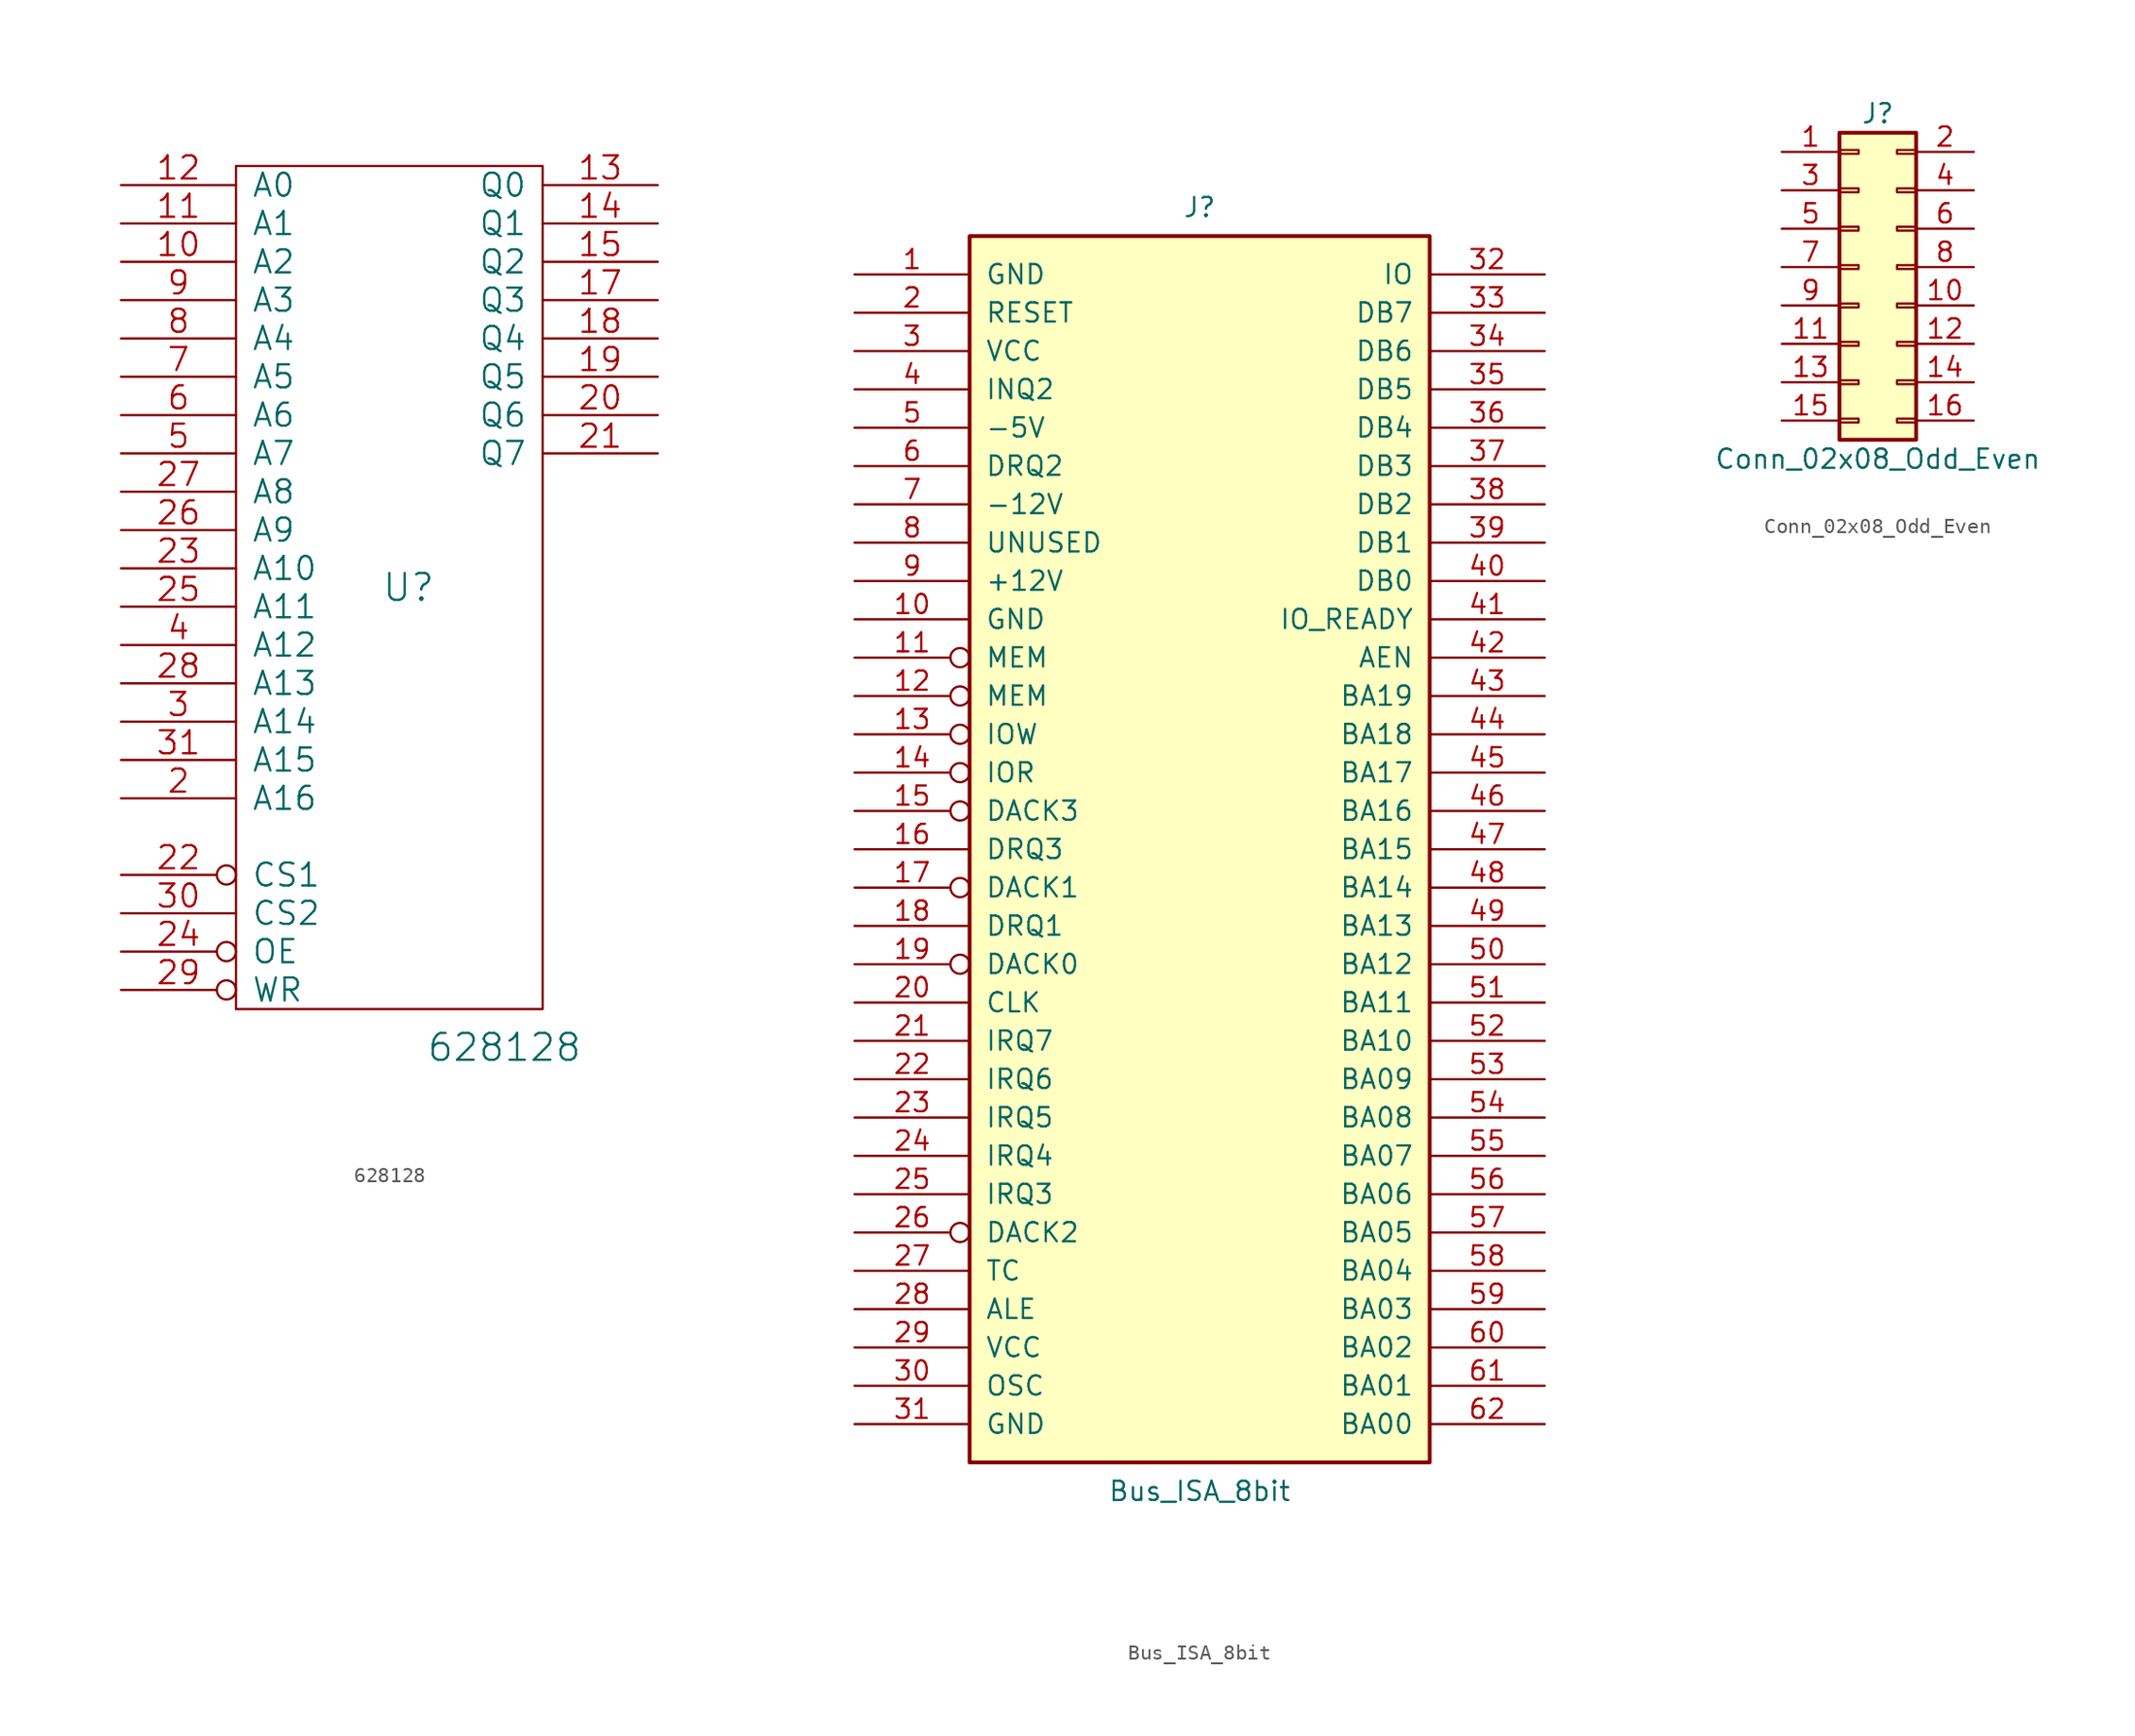
<source format=kicad_sym>
(kicad_symbol_lib
  (version 20201005)
  (generator kicad_symbol_editor)
  (symbol "interf_u_schlib:628128"
    (pin_names
      (offset 1.016))
    (property "Reference" "U"
      (at 1.27 0 0)
      (effects (font (size 1.778 1.778))))
    (property "Value" "628128"
      (at 7.62 -30.48 0)
      (effects (font (size 1.778 1.778))))
    (property "Footprint" ""
      (at 0 0 0)
      (effects (font (size 1.524 1.524))))
    (property "Datasheet" ""
      (at 0 0 0)
      (effects (font (size 1.524 1.524))))
    (symbol "628128_0_1"
      (rectangle (start -10.16 27.94) (end 10.16 -27.94) (stroke (width 0)) (fill (type none))))
    (symbol "628128_0_0"
      (pin power_in line (at 0 -27.94 90) (length 0) hide (name "GND" (effects (font (size 1.524 1.524)))) (number "16" (effects (font (size 1.524 1.524)))))
      (pin power_in line (at 0 27.94 270) (length 0) hide (name "VCC" (effects (font (size 1.524 1.524)))) (number "32" (effects (font (size 1.524 1.524))))))
    (symbol "628128_1_1"
      (pin input line (at -17.78 21.59 0) (length 7.62) (name "A2" (effects (font (size 1.524 1.524)))) (number "10" (effects (font (size 1.524 1.524)))))
      (pin input line (at -17.78 24.13 0) (length 7.62) (name "A1" (effects (font (size 1.524 1.524)))) (number "11" (effects (font (size 1.524 1.524)))))
      (pin input line (at -17.78 26.67 0) (length 7.62) (name "A0" (effects (font (size 1.524 1.524)))) (number "12" (effects (font (size 1.524 1.524)))))
      (pin tri_state line (at 17.78 26.67 180) (length 7.62) (name "Q0" (effects (font (size 1.524 1.524)))) (number "13" (effects (font (size 1.524 1.524)))))
      (pin tri_state line (at 17.78 24.13 180) (length 7.62) (name "Q1" (effects (font (size 1.524 1.524)))) (number "14" (effects (font (size 1.524 1.524)))))
      (pin tri_state line (at 17.78 21.59 180) (length 7.62) (name "Q2" (effects (font (size 1.524 1.524)))) (number "15" (effects (font (size 1.524 1.524)))))
      (pin tri_state line (at 17.78 19.05 180) (length 7.62) (name "Q3" (effects (font (size 1.524 1.524)))) (number "17" (effects (font (size 1.524 1.524)))))
      (pin tri_state line (at 17.78 16.51 180) (length 7.62) (name "Q4" (effects (font (size 1.524 1.524)))) (number "18" (effects (font (size 1.524 1.524)))))
      (pin tri_state line (at 17.78 13.97 180) (length 7.62) (name "Q5" (effects (font (size 1.524 1.524)))) (number "19" (effects (font (size 1.524 1.524)))))
      (pin input line (at -17.78 -13.97 0) (length 7.62) (name "A16" (effects (font (size 1.524 1.524)))) (number "2" (effects (font (size 1.524 1.524)))))
      (pin tri_state line (at 17.78 11.43 180) (length 7.62) (name "Q6" (effects (font (size 1.524 1.524)))) (number "20" (effects (font (size 1.524 1.524)))))
      (pin tri_state line (at 17.78 8.89 180) (length 7.62) (name "Q7" (effects (font (size 1.524 1.524)))) (number "21" (effects (font (size 1.524 1.524)))))
      (pin input inverted (at -17.78 -19.05 0) (length 7.62) (name "CS1" (effects (font (size 1.524 1.524)))) (number "22" (effects (font (size 1.524 1.524)))))
      (pin input line (at -17.78 1.27 0) (length 7.62) (name "A10" (effects (font (size 1.524 1.524)))) (number "23" (effects (font (size 1.524 1.524)))))
      (pin input inverted (at -17.78 -24.13 0) (length 7.62) (name "OE" (effects (font (size 1.524 1.524)))) (number "24" (effects (font (size 1.524 1.524)))))
      (pin input line (at -17.78 -1.27 0) (length 7.62) (name "A11" (effects (font (size 1.524 1.524)))) (number "25" (effects (font (size 1.524 1.524)))))
      (pin input line (at -17.78 3.81 0) (length 7.62) (name "A9" (effects (font (size 1.524 1.524)))) (number "26" (effects (font (size 1.524 1.524)))))
      (pin input line (at -17.78 6.35 0) (length 7.62) (name "A8" (effects (font (size 1.524 1.524)))) (number "27" (effects (font (size 1.524 1.524)))))
      (pin input line (at -17.78 -6.35 0) (length 7.62) (name "A13" (effects (font (size 1.524 1.524)))) (number "28" (effects (font (size 1.524 1.524)))))
      (pin input inverted (at -17.78 -26.67 0) (length 7.62) (name "WR" (effects (font (size 1.524 1.524)))) (number "29" (effects (font (size 1.524 1.524)))))
      (pin input line (at -17.78 -8.89 0) (length 7.62) (name "A14" (effects (font (size 1.524 1.524)))) (number "3" (effects (font (size 1.524 1.524)))))
      (pin input line (at -17.78 -21.59 0) (length 7.62) (name "CS2" (effects (font (size 1.524 1.524)))) (number "30" (effects (font (size 1.524 1.524)))))
      (pin input line (at -17.78 -11.43 0) (length 7.62) (name "A15" (effects (font (size 1.524 1.524)))) (number "31" (effects (font (size 1.524 1.524)))))
      (pin input line (at -17.78 -3.81 0) (length 7.62) (name "A12" (effects (font (size 1.524 1.524)))) (number "4" (effects (font (size 1.524 1.524)))))
      (pin input line (at -17.78 8.89 0) (length 7.62) (name "A7" (effects (font (size 1.524 1.524)))) (number "5" (effects (font (size 1.524 1.524)))))
      (pin input line (at -17.78 11.43 0) (length 7.62) (name "A6" (effects (font (size 1.524 1.524)))) (number "6" (effects (font (size 1.524 1.524)))))
      (pin input line (at -17.78 13.97 0) (length 7.62) (name "A5" (effects (font (size 1.524 1.524)))) (number "7" (effects (font (size 1.524 1.524)))))
      (pin input line (at -17.78 16.51 0) (length 7.62) (name "A4" (effects (font (size 1.524 1.524)))) (number "8" (effects (font (size 1.524 1.524)))))
      (pin input line (at -17.78 19.05 0) (length 7.62) (name "A3" (effects (font (size 1.524 1.524)))) (number "9" (effects (font (size 1.524 1.524)))))))
  (symbol "interf_u_schlib:Bus_ISA_8bit"
    (pin_names
      (offset 1.016))
    (property "Reference" "J"
      (at 0 42.545 0)
      (effects (font (size 1.27 1.27))))
    (property "Value" "Bus_ISA_8bit"
      (at 0 -42.545 0)
      (effects (font (size 1.27 1.27))))
    (symbol "Bus_ISA_8bit_0_1"
      (rectangle (start -15.24 -40.64) (end 15.24 40.64) (stroke (width 0.254)) (fill (type background))))
    (symbol "Bus_ISA_8bit_1_1"
      (pin passive line (at -22.86 38.1 0) (length 7.62) (name "GND" (effects (font (size 1.27 1.27)))) (number "1" (effects (font (size 1.27 1.27)))))
      (pin passive line (at -22.86 15.24 0) (length 7.62) (name "GND" (effects (font (size 1.27 1.27)))) (number "10" (effects (font (size 1.27 1.27)))))
      (pin output inverted (at -22.86 12.7 0) (length 7.62) (name "MEM" (effects (font (size 1.27 1.27)))) (number "11" (effects (font (size 1.27 1.27)))))
      (pin output inverted (at -22.86 10.16 0) (length 7.62) (name "MEM" (effects (font (size 1.27 1.27)))) (number "12" (effects (font (size 1.27 1.27)))))
      (pin output inverted (at -22.86 7.62 0) (length 7.62) (name "IOW" (effects (font (size 1.27 1.27)))) (number "13" (effects (font (size 1.27 1.27)))))
      (pin output inverted (at -22.86 5.08 0) (length 7.62) (name "IOR" (effects (font (size 1.27 1.27)))) (number "14" (effects (font (size 1.27 1.27)))))
      (pin passive inverted (at -22.86 2.54 0) (length 7.62) (name "DACK3" (effects (font (size 1.27 1.27)))) (number "15" (effects (font (size 1.27 1.27)))))
      (pin passive line (at -22.86 0 0) (length 7.62) (name "DRQ3" (effects (font (size 1.27 1.27)))) (number "16" (effects (font (size 1.27 1.27)))))
      (pin passive inverted (at -22.86 -2.54 0) (length 7.62) (name "DACK1" (effects (font (size 1.27 1.27)))) (number "17" (effects (font (size 1.27 1.27)))))
      (pin passive line (at -22.86 -5.08 0) (length 7.62) (name "DRQ1" (effects (font (size 1.27 1.27)))) (number "18" (effects (font (size 1.27 1.27)))))
      (pin passive inverted (at -22.86 -7.62 0) (length 7.62) (name "DACK0" (effects (font (size 1.27 1.27)))) (number "19" (effects (font (size 1.27 1.27)))))
      (pin output line (at -22.86 35.56 0) (length 7.62) (name "RESET" (effects (font (size 1.27 1.27)))) (number "2" (effects (font (size 1.27 1.27)))))
      (pin output line (at -22.86 -10.16 0) (length 7.62) (name "CLK" (effects (font (size 1.27 1.27)))) (number "20" (effects (font (size 1.27 1.27)))))
      (pin passive line (at -22.86 -12.7 0) (length 7.62) (name "IRQ7" (effects (font (size 1.27 1.27)))) (number "21" (effects (font (size 1.27 1.27)))))
      (pin passive line (at -22.86 -15.24 0) (length 7.62) (name "IRQ6" (effects (font (size 1.27 1.27)))) (number "22" (effects (font (size 1.27 1.27)))))
      (pin passive line (at -22.86 -17.78 0) (length 7.62) (name "IRQ5" (effects (font (size 1.27 1.27)))) (number "23" (effects (font (size 1.27 1.27)))))
      (pin passive line (at -22.86 -20.32 0) (length 7.62) (name "IRQ4" (effects (font (size 1.27 1.27)))) (number "24" (effects (font (size 1.27 1.27)))))
      (pin passive line (at -22.86 -22.86 0) (length 7.62) (name "IRQ3" (effects (font (size 1.27 1.27)))) (number "25" (effects (font (size 1.27 1.27)))))
      (pin passive inverted (at -22.86 -25.4 0) (length 7.62) (name "DACK2" (effects (font (size 1.27 1.27)))) (number "26" (effects (font (size 1.27 1.27)))))
      (pin passive line (at -22.86 -27.94 0) (length 7.62) (name "TC" (effects (font (size 1.27 1.27)))) (number "27" (effects (font (size 1.27 1.27)))))
      (pin output line (at -22.86 -30.48 0) (length 7.62) (name "ALE" (effects (font (size 1.27 1.27)))) (number "28" (effects (font (size 1.27 1.27)))))
      (pin passive line (at -22.86 -33.02 0) (length 7.62) (name "VCC" (effects (font (size 1.27 1.27)))) (number "29" (effects (font (size 1.27 1.27)))))
      (pin passive line (at -22.86 33.02 0) (length 7.62) (name "VCC" (effects (font (size 1.27 1.27)))) (number "3" (effects (font (size 1.27 1.27)))))
      (pin output line (at -22.86 -35.56 0) (length 7.62) (name "OSC" (effects (font (size 1.27 1.27)))) (number "30" (effects (font (size 1.27 1.27)))))
      (pin passive line (at -22.86 -38.1 0) (length 7.62) (name "GND" (effects (font (size 1.27 1.27)))) (number "31" (effects (font (size 1.27 1.27)))))
      (pin passive line (at 22.86 38.1 180) (length 7.62) (name "IO" (effects (font (size 1.27 1.27)))) (number "32" (effects (font (size 1.27 1.27)))))
      (pin tri_state line (at 22.86 35.56 180) (length 7.62) (name "DB7" (effects (font (size 1.27 1.27)))) (number "33" (effects (font (size 1.27 1.27)))))
      (pin tri_state line (at 22.86 33.02 180) (length 7.62) (name "DB6" (effects (font (size 1.27 1.27)))) (number "34" (effects (font (size 1.27 1.27)))))
      (pin tri_state line (at 22.86 30.48 180) (length 7.62) (name "DB5" (effects (font (size 1.27 1.27)))) (number "35" (effects (font (size 1.27 1.27)))))
      (pin tri_state line (at 22.86 27.94 180) (length 7.62) (name "DB4" (effects (font (size 1.27 1.27)))) (number "36" (effects (font (size 1.27 1.27)))))
      (pin tri_state line (at 22.86 25.4 180) (length 7.62) (name "DB3" (effects (font (size 1.27 1.27)))) (number "37" (effects (font (size 1.27 1.27)))))
      (pin tri_state line (at 22.86 22.86 180) (length 7.62) (name "DB2" (effects (font (size 1.27 1.27)))) (number "38" (effects (font (size 1.27 1.27)))))
      (pin tri_state line (at 22.86 20.32 180) (length 7.62) (name "DB1" (effects (font (size 1.27 1.27)))) (number "39" (effects (font (size 1.27 1.27)))))
      (pin passive line (at -22.86 30.48 0) (length 7.62) (name "INQ2" (effects (font (size 1.27 1.27)))) (number "4" (effects (font (size 1.27 1.27)))))
      (pin tri_state line (at 22.86 17.78 180) (length 7.62) (name "DB0" (effects (font (size 1.27 1.27)))) (number "40" (effects (font (size 1.27 1.27)))))
      (pin passive line (at 22.86 15.24 180) (length 7.62) (name "IO_READY" (effects (font (size 1.27 1.27)))) (number "41" (effects (font (size 1.27 1.27)))))
      (pin output line (at 22.86 12.7 180) (length 7.62) (name "AEN" (effects (font (size 1.27 1.27)))) (number "42" (effects (font (size 1.27 1.27)))))
      (pin tri_state line (at 22.86 10.16 180) (length 7.62) (name "BA19" (effects (font (size 1.27 1.27)))) (number "43" (effects (font (size 1.27 1.27)))))
      (pin tri_state line (at 22.86 7.62 180) (length 7.62) (name "BA18" (effects (font (size 1.27 1.27)))) (number "44" (effects (font (size 1.27 1.27)))))
      (pin tri_state line (at 22.86 5.08 180) (length 7.62) (name "BA17" (effects (font (size 1.27 1.27)))) (number "45" (effects (font (size 1.27 1.27)))))
      (pin tri_state line (at 22.86 2.54 180) (length 7.62) (name "BA16" (effects (font (size 1.27 1.27)))) (number "46" (effects (font (size 1.27 1.27)))))
      (pin tri_state line (at 22.86 0 180) (length 7.62) (name "BA15" (effects (font (size 1.27 1.27)))) (number "47" (effects (font (size 1.27 1.27)))))
      (pin tri_state line (at 22.86 -2.54 180) (length 7.62) (name "BA14" (effects (font (size 1.27 1.27)))) (number "48" (effects (font (size 1.27 1.27)))))
      (pin tri_state line (at 22.86 -5.08 180) (length 7.62) (name "BA13" (effects (font (size 1.27 1.27)))) (number "49" (effects (font (size 1.27 1.27)))))
      (pin passive line (at -22.86 27.94 0) (length 7.62) (name "-5V" (effects (font (size 1.27 1.27)))) (number "5" (effects (font (size 1.27 1.27)))))
      (pin tri_state line (at 22.86 -7.62 180) (length 7.62) (name "BA12" (effects (font (size 1.27 1.27)))) (number "50" (effects (font (size 1.27 1.27)))))
      (pin tri_state line (at 22.86 -10.16 180) (length 7.62) (name "BA11" (effects (font (size 1.27 1.27)))) (number "51" (effects (font (size 1.27 1.27)))))
      (pin tri_state line (at 22.86 -12.7 180) (length 7.62) (name "BA10" (effects (font (size 1.27 1.27)))) (number "52" (effects (font (size 1.27 1.27)))))
      (pin tri_state line (at 22.86 -15.24 180) (length 7.62) (name "BA09" (effects (font (size 1.27 1.27)))) (number "53" (effects (font (size 1.27 1.27)))))
      (pin tri_state line (at 22.86 -17.78 180) (length 7.62) (name "BA08" (effects (font (size 1.27 1.27)))) (number "54" (effects (font (size 1.27 1.27)))))
      (pin tri_state line (at 22.86 -20.32 180) (length 7.62) (name "BA07" (effects (font (size 1.27 1.27)))) (number "55" (effects (font (size 1.27 1.27)))))
      (pin tri_state line (at 22.86 -22.86 180) (length 7.62) (name "BA06" (effects (font (size 1.27 1.27)))) (number "56" (effects (font (size 1.27 1.27)))))
      (pin tri_state line (at 22.86 -25.4 180) (length 7.62) (name "BA05" (effects (font (size 1.27 1.27)))) (number "57" (effects (font (size 1.27 1.27)))))
      (pin tri_state line (at 22.86 -27.94 180) (length 7.62) (name "BA04" (effects (font (size 1.27 1.27)))) (number "58" (effects (font (size 1.27 1.27)))))
      (pin tri_state line (at 22.86 -30.48 180) (length 7.62) (name "BA03" (effects (font (size 1.27 1.27)))) (number "59" (effects (font (size 1.27 1.27)))))
      (pin passive line (at -22.86 25.4 0) (length 7.62) (name "DRQ2" (effects (font (size 1.27 1.27)))) (number "6" (effects (font (size 1.27 1.27)))))
      (pin tri_state line (at 22.86 -33.02 180) (length 7.62) (name "BA02" (effects (font (size 1.27 1.27)))) (number "60" (effects (font (size 1.27 1.27)))))
      (pin tri_state line (at 22.86 -35.56 180) (length 7.62) (name "BA01" (effects (font (size 1.27 1.27)))) (number "61" (effects (font (size 1.27 1.27)))))
      (pin tri_state line (at 22.86 -38.1 180) (length 7.62) (name "BA00" (effects (font (size 1.27 1.27)))) (number "62" (effects (font (size 1.27 1.27)))))
      (pin passive line (at -22.86 22.86 0) (length 7.62) (name "-12V" (effects (font (size 1.27 1.27)))) (number "7" (effects (font (size 1.27 1.27)))))
      (pin passive line (at -22.86 20.32 0) (length 7.62) (name "UNUSED" (effects (font (size 1.27 1.27)))) (number "8" (effects (font (size 1.27 1.27)))))
      (pin passive line (at -22.86 17.78 0) (length 7.62) (name "+12V" (effects (font (size 1.27 1.27)))) (number "9" (effects (font (size 1.27 1.27)))))))
  (symbol "interf_u_schlib:Conn_02x08_Odd_Even"
    (pin_names
      (offset 1.016) hide)
    (property "Reference" "J"
      (at 0 11.43 0)
      (effects (font (size 1.27 1.27))))
    (property "Value" "Conn_02x08_Odd_Even"
      (at 0 -11.43 0)
      (effects (font (size 1.27 1.27))))
    (symbol "Conn_02x08_Odd_Even_1_1"
      (rectangle (start -2.54 -8.763) (end -1.27 -9.017) (stroke (width 0.152)) (fill (type none)))
      (rectangle (start -2.54 -6.223) (end -1.27 -6.477) (stroke (width 0.152)) (fill (type none)))
      (rectangle (start -2.54 -3.683) (end -1.27 -3.937) (stroke (width 0.152)) (fill (type none)))
      (rectangle (start -2.54 -1.143) (end -1.27 -1.397) (stroke (width 0.152)) (fill (type none)))
      (rectangle (start -2.54 1.397) (end -1.27 1.143) (stroke (width 0.152)) (fill (type none)))
      (rectangle (start -2.54 3.937) (end -1.27 3.683) (stroke (width 0.152)) (fill (type none)))
      (rectangle (start -2.54 6.477) (end -1.27 6.223) (stroke (width 0.152)) (fill (type none)))
      (rectangle (start -2.54 9.017) (end -1.27 8.763) (stroke (width 0.152)) (fill (type none)))
      (rectangle (start -2.54 10.16) (end 2.54 -10.16) (stroke (width 0.254)) (fill (type background)))
      (rectangle (start 2.54 -8.763) (end 1.27 -9.017) (stroke (width 0.152)) (fill (type none)))
      (rectangle (start 2.54 -6.223) (end 1.27 -6.477) (stroke (width 0.152)) (fill (type none)))
      (rectangle (start 2.54 -3.683) (end 1.27 -3.937) (stroke (width 0.152)) (fill (type none)))
      (rectangle (start 2.54 -1.143) (end 1.27 -1.397) (stroke (width 0.152)) (fill (type none)))
      (rectangle (start 2.54 1.397) (end 1.27 1.143) (stroke (width 0.152)) (fill (type none)))
      (rectangle (start 2.54 3.937) (end 1.27 3.683) (stroke (width 0.152)) (fill (type none)))
      (rectangle (start 2.54 6.477) (end 1.27 6.223) (stroke (width 0.152)) (fill (type none)))
      (rectangle (start 2.54 9.017) (end 1.27 8.763) (stroke (width 0.152)) (fill (type none)))
      (pin passive line (at -6.35 8.89 0) (length 3.81) (name "Pin_1" (effects (font (size 1.27 1.27)))) (number "1" (effects (font (size 1.27 1.27)))))
      (pin passive line (at 6.35 -1.27 180) (length 3.81) (name "Pin_10" (effects (font (size 1.27 1.27)))) (number "10" (effects (font (size 1.27 1.27)))))
      (pin passive line (at -6.35 -3.81 0) (length 3.81) (name "Pin_11" (effects (font (size 1.27 1.27)))) (number "11" (effects (font (size 1.27 1.27)))))
      (pin passive line (at 6.35 -3.81 180) (length 3.81) (name "Pin_12" (effects (font (size 1.27 1.27)))) (number "12" (effects (font (size 1.27 1.27)))))
      (pin passive line (at -6.35 -6.35 0) (length 3.81) (name "Pin_13" (effects (font (size 1.27 1.27)))) (number "13" (effects (font (size 1.27 1.27)))))
      (pin passive line (at 6.35 -6.35 180) (length 3.81) (name "Pin_14" (effects (font (size 1.27 1.27)))) (number "14" (effects (font (size 1.27 1.27)))))
      (pin passive line (at -6.35 -8.89 0) (length 3.81) (name "Pin_15" (effects (font (size 1.27 1.27)))) (number "15" (effects (font (size 1.27 1.27)))))
      (pin passive line (at 6.35 -8.89 180) (length 3.81) (name "Pin_16" (effects (font (size 1.27 1.27)))) (number "16" (effects (font (size 1.27 1.27)))))
      (pin passive line (at 6.35 8.89 180) (length 3.81) (name "Pin_2" (effects (font (size 1.27 1.27)))) (number "2" (effects (font (size 1.27 1.27)))))
      (pin passive line (at -6.35 6.35 0) (length 3.81) (name "Pin_3" (effects (font (size 1.27 1.27)))) (number "3" (effects (font (size 1.27 1.27)))))
      (pin passive line (at 6.35 6.35 180) (length 3.81) (name "Pin_4" (effects (font (size 1.27 1.27)))) (number "4" (effects (font (size 1.27 1.27)))))
      (pin passive line (at -6.35 3.81 0) (length 3.81) (name "Pin_5" (effects (font (size 1.27 1.27)))) (number "5" (effects (font (size 1.27 1.27)))))
      (pin passive line (at 6.35 3.81 180) (length 3.81) (name "Pin_6" (effects (font (size 1.27 1.27)))) (number "6" (effects (font (size 1.27 1.27)))))
      (pin passive line (at -6.35 1.27 0) (length 3.81) (name "Pin_7" (effects (font (size 1.27 1.27)))) (number "7" (effects (font (size 1.27 1.27)))))
      (pin passive line (at 6.35 1.27 180) (length 3.81) (name "Pin_8" (effects (font (size 1.27 1.27)))) (number "8" (effects (font (size 1.27 1.27)))))
      (pin passive line (at -6.35 -1.27 0) (length 3.81) (name "Pin_9" (effects (font (size 1.27 1.27)))) (number "9" (effects (font (size 1.27 1.27))))))))
</source>
